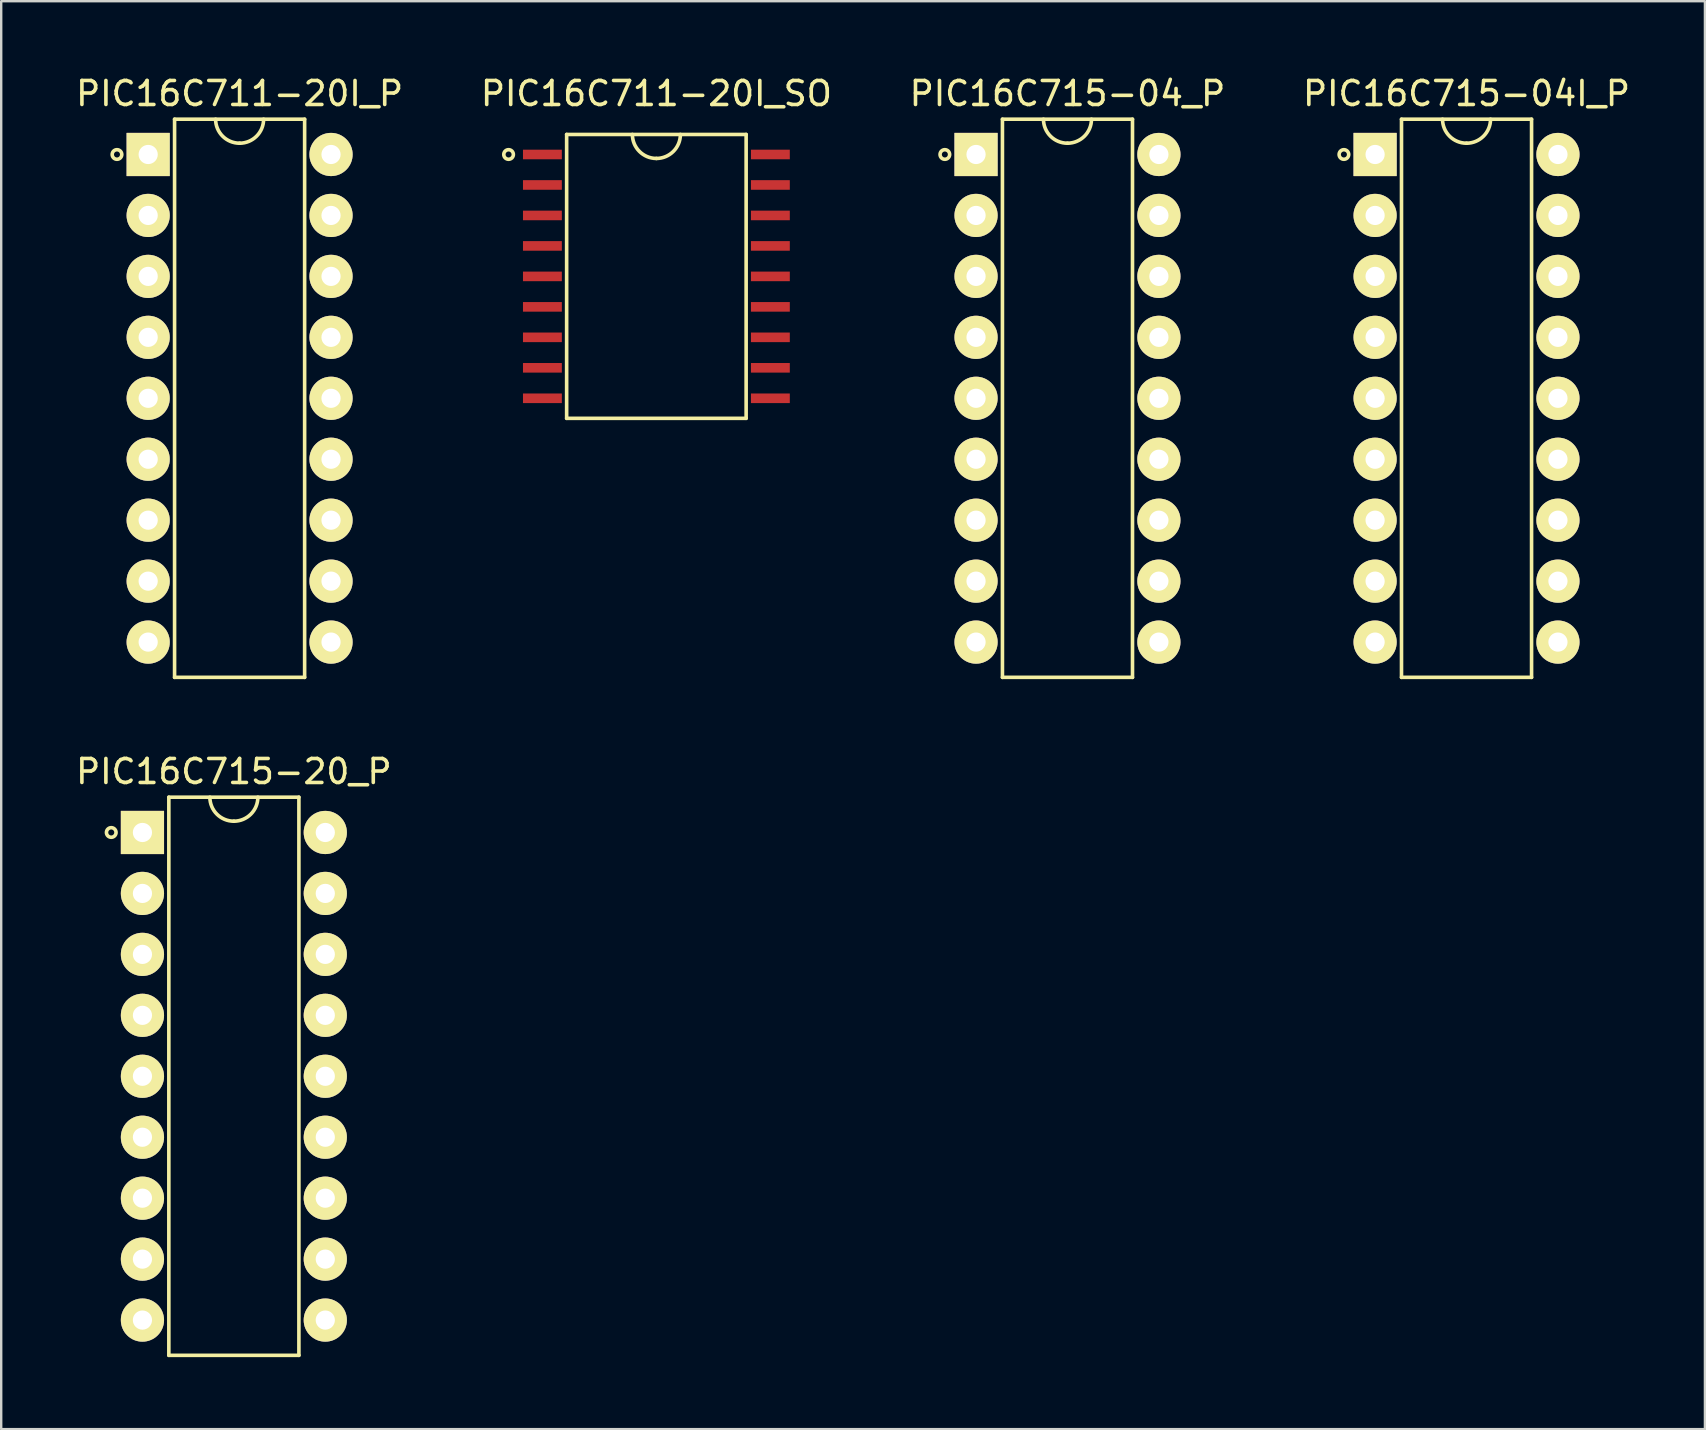
<source format=kicad_pcb>
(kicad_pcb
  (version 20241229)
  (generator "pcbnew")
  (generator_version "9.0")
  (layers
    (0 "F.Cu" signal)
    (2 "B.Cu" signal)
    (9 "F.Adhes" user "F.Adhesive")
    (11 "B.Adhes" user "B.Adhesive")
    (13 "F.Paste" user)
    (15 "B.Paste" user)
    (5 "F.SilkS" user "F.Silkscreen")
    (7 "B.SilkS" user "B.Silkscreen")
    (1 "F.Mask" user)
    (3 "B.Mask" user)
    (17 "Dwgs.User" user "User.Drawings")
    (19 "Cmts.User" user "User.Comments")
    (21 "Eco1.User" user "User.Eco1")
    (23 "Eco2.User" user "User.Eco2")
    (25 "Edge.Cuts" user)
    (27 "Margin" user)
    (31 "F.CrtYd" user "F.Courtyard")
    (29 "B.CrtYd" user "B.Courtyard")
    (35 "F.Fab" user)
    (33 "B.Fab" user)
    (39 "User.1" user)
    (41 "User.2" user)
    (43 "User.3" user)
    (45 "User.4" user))
  (footprint "PIC16C711-20I_P"
    (layer "F.Cu")
    (at 3.125 3.388)
    (property "Reference" "PIC16C711-20I_P" (at 3.81 -2.54 0) (layer "F.SilkS") (effects (font (size 1 1) (thickness 0.15))))
    (attr through_hole)
    (fp_line (start 1.1 -1.47) (end 6.52 -1.47) (stroke (width 0.15) (type solid)) (layer "F.SilkS"))
    (fp_line (start 1.1 21.79) (end 1.1 -1.47) (stroke (width 0.15) (type solid)) (layer "F.SilkS"))
    (fp_line (start 6.52 -1.47) (end 6.52 21.79) (stroke (width 0.15) (type solid)) (layer "F.SilkS"))
    (fp_line (start 6.52 21.79) (end 1.1 21.79) (stroke (width 0.15) (type solid)) (layer "F.SilkS"))
    (fp_arc (start 3.81 -0.47) (mid 3.102893 -0.762893) (end 2.81 -1.47) (stroke (width 0.15) (type solid)) (layer "F.SilkS"))
    (fp_arc (start 4.81 -1.47) (mid 4.517107 -0.762893) (end 3.81 -0.47) (stroke (width 0.15) (type solid)) (layer "F.SilkS"))
    (fp_circle (center -1.3 0) (end -1.3 0.2) (stroke (width 0.15) (type solid)) (fill no) (layer "F.SilkS"))
    (pad "1" thru_hole rect (at 0 0) (size 1.8 1.8) (drill 0.8) (layers "*.Cu" "*.Mask" "F.SilkS"))
    (pad "2" thru_hole circle (at 0 2.54) (size 1.8 1.8) (drill 0.8) (layers "*.Cu" "*.Mask" "F.SilkS"))
    (pad "3" thru_hole circle (at 0 5.08) (size 1.8 1.8) (drill 0.8) (layers "*.Cu" "*.Mask" "F.SilkS"))
    (pad "4" thru_hole circle (at 0 7.62) (size 1.8 1.8) (drill 0.8) (layers "*.Cu" "*.Mask" "F.SilkS"))
    (pad "5" thru_hole circle (at 0 10.16) (size 1.8 1.8) (drill 0.8) (layers "*.Cu" "*.Mask" "F.SilkS"))
    (pad "6" thru_hole circle (at 0 12.7) (size 1.8 1.8) (drill 0.8) (layers "*.Cu" "*.Mask" "F.SilkS"))
    (pad "7" thru_hole circle (at 0 15.24) (size 1.8 1.8) (drill 0.8) (layers "*.Cu" "*.Mask" "F.SilkS"))
    (pad "8" thru_hole circle (at 0 17.78) (size 1.8 1.8) (drill 0.8) (layers "*.Cu" "*.Mask" "F.SilkS"))
    (pad "9" thru_hole circle (at 0 20.32) (size 1.8 1.8) (drill 0.8) (layers "*.Cu" "*.Mask" "F.SilkS"))
    (pad "10" thru_hole circle (at 7.62 20.32) (size 1.8 1.8) (drill 0.8) (layers "*.Cu" "*.Mask" "F.SilkS"))
    (pad "11" thru_hole circle (at 7.62 17.78) (size 1.8 1.8) (drill 0.8) (layers "*.Cu" "*.Mask" "F.SilkS"))
    (pad "12" thru_hole circle (at 7.62 15.24) (size 1.8 1.8) (drill 0.8) (layers "*.Cu" "*.Mask" "F.SilkS"))
    (pad "13" thru_hole circle (at 7.62 12.7) (size 1.8 1.8) (drill 0.8) (layers "*.Cu" "*.Mask" "F.SilkS"))
    (pad "14" thru_hole circle (at 7.62 10.16) (size 1.8 1.8) (drill 0.8) (layers "*.Cu" "*.Mask" "F.SilkS"))
    (pad "15" thru_hole circle (at 7.62 7.62) (size 1.8 1.8) (drill 0.8) (layers "*.Cu" "*.Mask" "F.SilkS"))
    (pad "16" thru_hole circle (at 7.62 5.08) (size 1.8 1.8) (drill 0.8) (layers "*.Cu" "*.Mask" "F.SilkS"))
    (pad "17" thru_hole circle (at 7.62 2.54) (size 1.8 1.8) (drill 0.8) (layers "*.Cu" "*.Mask" "F.SilkS"))
    (pad "18" thru_hole circle (at 7.62 0) (size 1.8 1.8) (drill 0.8) (layers "*.Cu" "*.Mask" "F.SilkS")))
  (footprint "PIC16C711-20I_SO"
    (layer "F.Cu")
    (at 19.554 3.388)
    (property "Reference" "PIC16C711-20I_SO" (at 4.75 -2.54 0) (layer "F.SilkS") (effects (font (size 1 1) (thickness 0.15))))
    (attr through_hole)
    (fp_line (start 1.01 -0.835) (end 8.49 -0.835) (stroke (width 0.15) (type solid)) (layer "F.SilkS"))
    (fp_line (start 1.01 10.995) (end 1.01 -0.835) (stroke (width 0.15) (type solid)) (layer "F.SilkS"))
    (fp_line (start 8.49 -0.835) (end 8.49 10.995) (stroke (width 0.15) (type solid)) (layer "F.SilkS"))
    (fp_line (start 8.49 10.995) (end 1.01 10.995) (stroke (width 0.15) (type solid)) (layer "F.SilkS"))
    (fp_arc (start 4.75 0.165) (mid 4.042893 -0.127893) (end 3.75 -0.835) (stroke (width 0.15) (type solid)) (layer "F.SilkS"))
    (fp_arc (start 5.75 -0.835) (mid 5.457107 -0.127893) (end 4.75 0.165) (stroke (width 0.15) (type solid)) (layer "F.SilkS"))
    (fp_circle (center -1.41 0) (end -1.41 0.2) (stroke (width 0.15) (type solid)) (fill no) (layer "F.SilkS"))
    (pad "1" smd rect (at 0 0) (size 1.62 0.4) (layers "F.Cu" "F.Mask" "F.Paste"))
    (pad "2" smd rect (at 0 1.27) (size 1.62 0.4) (layers "F.Cu" "F.Mask" "F.Paste"))
    (pad "3" smd rect (at 0 2.54) (size 1.62 0.4) (layers "F.Cu" "F.Mask" "F.Paste"))
    (pad "4" smd rect (at 0 3.81) (size 1.62 0.4) (layers "F.Cu" "F.Mask" "F.Paste"))
    (pad "5" smd rect (at 0 5.08) (size 1.62 0.4) (layers "F.Cu" "F.Mask" "F.Paste"))
    (pad "6" smd rect (at 0 6.35) (size 1.62 0.4) (layers "F.Cu" "F.Mask" "F.Paste"))
    (pad "7" smd rect (at 0 7.62) (size 1.62 0.4) (layers "F.Cu" "F.Mask" "F.Paste"))
    (pad "8" smd rect (at 0 8.89) (size 1.62 0.4) (layers "F.Cu" "F.Mask" "F.Paste"))
    (pad "9" smd rect (at 0 10.16) (size 1.62 0.4) (layers "F.Cu" "F.Mask" "F.Paste"))
    (pad "10" smd rect (at 9.5 10.16) (size 1.62 0.4) (layers "F.Cu" "F.Mask" "F.Paste"))
    (pad "11" smd rect (at 9.5 8.89) (size 1.62 0.4) (layers "F.Cu" "F.Mask" "F.Paste"))
    (pad "12" smd rect (at 9.5 7.62) (size 1.62 0.4) (layers "F.Cu" "F.Mask" "F.Paste"))
    (pad "13" smd rect (at 9.5 6.35) (size 1.62 0.4) (layers "F.Cu" "F.Mask" "F.Paste"))
    (pad "14" smd rect (at 9.5 5.08) (size 1.62 0.4) (layers "F.Cu" "F.Mask" "F.Paste"))
    (pad "15" smd rect (at 9.5 3.81) (size 1.62 0.4) (layers "F.Cu" "F.Mask" "F.Paste"))
    (pad "16" smd rect (at 9.5 2.54) (size 1.62 0.4) (layers "F.Cu" "F.Mask" "F.Paste"))
    (pad "17" smd rect (at 9.5 1.27) (size 1.62 0.4) (layers "F.Cu" "F.Mask" "F.Paste"))
    (pad "18" smd rect (at 9.5 0) (size 1.62 0.4) (layers "F.Cu" "F.Mask" "F.Paste")))
  (footprint "PIC16C715-04I_P"
    (layer "F.Cu")
    (at 54.255 3.388)
    (property "Reference" "PIC16C715-04I_P" (at 3.81 -2.54 0) (layer "F.SilkS") (effects (font (size 1 1) (thickness 0.15))))
    (attr through_hole)
    (fp_line (start 1.1 -1.47) (end 6.52 -1.47) (stroke (width 0.15) (type solid)) (layer "F.SilkS"))
    (fp_line (start 1.1 21.79) (end 1.1 -1.47) (stroke (width 0.15) (type solid)) (layer "F.SilkS"))
    (fp_line (start 6.52 -1.47) (end 6.52 21.79) (stroke (width 0.15) (type solid)) (layer "F.SilkS"))
    (fp_line (start 6.52 21.79) (end 1.1 21.79) (stroke (width 0.15) (type solid)) (layer "F.SilkS"))
    (fp_arc (start 3.81 -0.47) (mid 3.102893 -0.762893) (end 2.81 -1.47) (stroke (width 0.15) (type solid)) (layer "F.SilkS"))
    (fp_arc (start 4.81 -1.47) (mid 4.517107 -0.762893) (end 3.81 -0.47) (stroke (width 0.15) (type solid)) (layer "F.SilkS"))
    (fp_circle (center -1.3 0) (end -1.3 0.2) (stroke (width 0.15) (type solid)) (fill no) (layer "F.SilkS"))
    (pad "1" thru_hole rect (at 0 0) (size 1.8 1.8) (drill 0.8) (layers "*.Cu" "*.Mask" "F.SilkS"))
    (pad "2" thru_hole circle (at 0 2.54) (size 1.8 1.8) (drill 0.8) (layers "*.Cu" "*.Mask" "F.SilkS"))
    (pad "3" thru_hole circle (at 0 5.08) (size 1.8 1.8) (drill 0.8) (layers "*.Cu" "*.Mask" "F.SilkS"))
    (pad "4" thru_hole circle (at 0 7.62) (size 1.8 1.8) (drill 0.8) (layers "*.Cu" "*.Mask" "F.SilkS"))
    (pad "5" thru_hole circle (at 0 10.16) (size 1.8 1.8) (drill 0.8) (layers "*.Cu" "*.Mask" "F.SilkS"))
    (pad "6" thru_hole circle (at 0 12.7) (size 1.8 1.8) (drill 0.8) (layers "*.Cu" "*.Mask" "F.SilkS"))
    (pad "7" thru_hole circle (at 0 15.24) (size 1.8 1.8) (drill 0.8) (layers "*.Cu" "*.Mask" "F.SilkS"))
    (pad "8" thru_hole circle (at 0 17.78) (size 1.8 1.8) (drill 0.8) (layers "*.Cu" "*.Mask" "F.SilkS"))
    (pad "9" thru_hole circle (at 0 20.32) (size 1.8 1.8) (drill 0.8) (layers "*.Cu" "*.Mask" "F.SilkS"))
    (pad "10" thru_hole circle (at 7.62 20.32) (size 1.8 1.8) (drill 0.8) (layers "*.Cu" "*.Mask" "F.SilkS"))
    (pad "11" thru_hole circle (at 7.62 17.78) (size 1.8 1.8) (drill 0.8) (layers "*.Cu" "*.Mask" "F.SilkS"))
    (pad "12" thru_hole circle (at 7.62 15.24) (size 1.8 1.8) (drill 0.8) (layers "*.Cu" "*.Mask" "F.SilkS"))
    (pad "13" thru_hole circle (at 7.62 12.7) (size 1.8 1.8) (drill 0.8) (layers "*.Cu" "*.Mask" "F.SilkS"))
    (pad "14" thru_hole circle (at 7.62 10.16) (size 1.8 1.8) (drill 0.8) (layers "*.Cu" "*.Mask" "F.SilkS"))
    (pad "15" thru_hole circle (at 7.62 7.62) (size 1.8 1.8) (drill 0.8) (layers "*.Cu" "*.Mask" "F.SilkS"))
    (pad "16" thru_hole circle (at 7.62 5.08) (size 1.8 1.8) (drill 0.8) (layers "*.Cu" "*.Mask" "F.SilkS"))
    (pad "17" thru_hole circle (at 7.62 2.54) (size 1.8 1.8) (drill 0.8) (layers "*.Cu" "*.Mask" "F.SilkS"))
    (pad "18" thru_hole circle (at 7.62 0) (size 1.8 1.8) (drill 0.8) (layers "*.Cu" "*.Mask" "F.SilkS")))
  (footprint "PIC16C715-20_P"
    (layer "F.Cu")
    (at 2.886 31.642)
    (property "Reference" "PIC16C715-20_P" (at 3.81 -2.54 0) (layer "F.SilkS") (effects (font (size 1 1) (thickness 0.15))))
    (attr through_hole)
    (fp_line (start 1.1 -1.47) (end 6.52 -1.47) (stroke (width 0.15) (type solid)) (layer "F.SilkS"))
    (fp_line (start 1.1 21.79) (end 1.1 -1.47) (stroke (width 0.15) (type solid)) (layer "F.SilkS"))
    (fp_line (start 6.52 -1.47) (end 6.52 21.79) (stroke (width 0.15) (type solid)) (layer "F.SilkS"))
    (fp_line (start 6.52 21.79) (end 1.1 21.79) (stroke (width 0.15) (type solid)) (layer "F.SilkS"))
    (fp_arc (start 3.81 -0.47) (mid 3.102893 -0.762893) (end 2.81 -1.47) (stroke (width 0.15) (type solid)) (layer "F.SilkS"))
    (fp_arc (start 4.81 -1.47) (mid 4.517107 -0.762893) (end 3.81 -0.47) (stroke (width 0.15) (type solid)) (layer "F.SilkS"))
    (fp_circle (center -1.3 0) (end -1.3 0.2) (stroke (width 0.15) (type solid)) (fill no) (layer "F.SilkS"))
    (pad "1" thru_hole rect (at 0 0) (size 1.8 1.8) (drill 0.8) (layers "*.Cu" "*.Mask" "F.SilkS"))
    (pad "2" thru_hole circle (at 0 2.54) (size 1.8 1.8) (drill 0.8) (layers "*.Cu" "*.Mask" "F.SilkS"))
    (pad "3" thru_hole circle (at 0 5.08) (size 1.8 1.8) (drill 0.8) (layers "*.Cu" "*.Mask" "F.SilkS"))
    (pad "4" thru_hole circle (at 0 7.62) (size 1.8 1.8) (drill 0.8) (layers "*.Cu" "*.Mask" "F.SilkS"))
    (pad "5" thru_hole circle (at 0 10.16) (size 1.8 1.8) (drill 0.8) (layers "*.Cu" "*.Mask" "F.SilkS"))
    (pad "6" thru_hole circle (at 0 12.7) (size 1.8 1.8) (drill 0.8) (layers "*.Cu" "*.Mask" "F.SilkS"))
    (pad "7" thru_hole circle (at 0 15.24) (size 1.8 1.8) (drill 0.8) (layers "*.Cu" "*.Mask" "F.SilkS"))
    (pad "8" thru_hole circle (at 0 17.78) (size 1.8 1.8) (drill 0.8) (layers "*.Cu" "*.Mask" "F.SilkS"))
    (pad "9" thru_hole circle (at 0 20.32) (size 1.8 1.8) (drill 0.8) (layers "*.Cu" "*.Mask" "F.SilkS"))
    (pad "10" thru_hole circle (at 7.62 20.32) (size 1.8 1.8) (drill 0.8) (layers "*.Cu" "*.Mask" "F.SilkS"))
    (pad "11" thru_hole circle (at 7.62 17.78) (size 1.8 1.8) (drill 0.8) (layers "*.Cu" "*.Mask" "F.SilkS"))
    (pad "12" thru_hole circle (at 7.62 15.24) (size 1.8 1.8) (drill 0.8) (layers "*.Cu" "*.Mask" "F.SilkS"))
    (pad "13" thru_hole circle (at 7.62 12.7) (size 1.8 1.8) (drill 0.8) (layers "*.Cu" "*.Mask" "F.SilkS"))
    (pad "14" thru_hole circle (at 7.62 10.16) (size 1.8 1.8) (drill 0.8) (layers "*.Cu" "*.Mask" "F.SilkS"))
    (pad "15" thru_hole circle (at 7.62 7.62) (size 1.8 1.8) (drill 0.8) (layers "*.Cu" "*.Mask" "F.SilkS"))
    (pad "16" thru_hole circle (at 7.62 5.08) (size 1.8 1.8) (drill 0.8) (layers "*.Cu" "*.Mask" "F.SilkS"))
    (pad "17" thru_hole circle (at 7.62 2.54) (size 1.8 1.8) (drill 0.8) (layers "*.Cu" "*.Mask" "F.SilkS"))
    (pad "18" thru_hole circle (at 7.62 0) (size 1.8 1.8) (drill 0.8) (layers "*.Cu" "*.Mask" "F.SilkS")))
  (footprint "PIC16C715-04_P"
    (layer "F.Cu")
    (at 37.625 3.388)
    (property "Reference" "PIC16C715-04_P" (at 3.81 -2.54 0) (layer "F.SilkS") (effects (font (size 1 1) (thickness 0.15))))
    (attr through_hole)
    (fp_line (start 1.1 -1.47) (end 6.52 -1.47) (stroke (width 0.15) (type solid)) (layer "F.SilkS"))
    (fp_line (start 1.1 21.79) (end 1.1 -1.47) (stroke (width 0.15) (type solid)) (layer "F.SilkS"))
    (fp_line (start 6.52 -1.47) (end 6.52 21.79) (stroke (width 0.15) (type solid)) (layer "F.SilkS"))
    (fp_line (start 6.52 21.79) (end 1.1 21.79) (stroke (width 0.15) (type solid)) (layer "F.SilkS"))
    (fp_arc (start 3.81 -0.47) (mid 3.102893 -0.762893) (end 2.81 -1.47) (stroke (width 0.15) (type solid)) (layer "F.SilkS"))
    (fp_arc (start 4.81 -1.47) (mid 4.517107 -0.762893) (end 3.81 -0.47) (stroke (width 0.15) (type solid)) (layer "F.SilkS"))
    (fp_circle (center -1.3 0) (end -1.3 0.2) (stroke (width 0.15) (type solid)) (fill no) (layer "F.SilkS"))
    (pad "1" thru_hole rect (at 0 0) (size 1.8 1.8) (drill 0.8) (layers "*.Cu" "*.Mask" "F.SilkS"))
    (pad "2" thru_hole circle (at 0 2.54) (size 1.8 1.8) (drill 0.8) (layers "*.Cu" "*.Mask" "F.SilkS"))
    (pad "3" thru_hole circle (at 0 5.08) (size 1.8 1.8) (drill 0.8) (layers "*.Cu" "*.Mask" "F.SilkS"))
    (pad "4" thru_hole circle (at 0 7.62) (size 1.8 1.8) (drill 0.8) (layers "*.Cu" "*.Mask" "F.SilkS"))
    (pad "5" thru_hole circle (at 0 10.16) (size 1.8 1.8) (drill 0.8) (layers "*.Cu" "*.Mask" "F.SilkS"))
    (pad "6" thru_hole circle (at 0 12.7) (size 1.8 1.8) (drill 0.8) (layers "*.Cu" "*.Mask" "F.SilkS"))
    (pad "7" thru_hole circle (at 0 15.24) (size 1.8 1.8) (drill 0.8) (layers "*.Cu" "*.Mask" "F.SilkS"))
    (pad "8" thru_hole circle (at 0 17.78) (size 1.8 1.8) (drill 0.8) (layers "*.Cu" "*.Mask" "F.SilkS"))
    (pad "9" thru_hole circle (at 0 20.32) (size 1.8 1.8) (drill 0.8) (layers "*.Cu" "*.Mask" "F.SilkS"))
    (pad "10" thru_hole circle (at 7.62 20.32) (size 1.8 1.8) (drill 0.8) (layers "*.Cu" "*.Mask" "F.SilkS"))
    (pad "11" thru_hole circle (at 7.62 17.78) (size 1.8 1.8) (drill 0.8) (layers "*.Cu" "*.Mask" "F.SilkS"))
    (pad "12" thru_hole circle (at 7.62 15.24) (size 1.8 1.8) (drill 0.8) (layers "*.Cu" "*.Mask" "F.SilkS"))
    (pad "13" thru_hole circle (at 7.62 12.7) (size 1.8 1.8) (drill 0.8) (layers "*.Cu" "*.Mask" "F.SilkS"))
    (pad "14" thru_hole circle (at 7.62 10.16) (size 1.8 1.8) (drill 0.8) (layers "*.Cu" "*.Mask" "F.SilkS"))
    (pad "15" thru_hole circle (at 7.62 7.62) (size 1.8 1.8) (drill 0.8) (layers "*.Cu" "*.Mask" "F.SilkS"))
    (pad "16" thru_hole circle (at 7.62 5.08) (size 1.8 1.8) (drill 0.8) (layers "*.Cu" "*.Mask" "F.SilkS"))
    (pad "17" thru_hole circle (at 7.62 2.54) (size 1.8 1.8) (drill 0.8) (layers "*.Cu" "*.Mask" "F.SilkS"))
    (pad "18" thru_hole circle (at 7.62 0) (size 1.8 1.8) (drill 0.8) (layers "*.Cu" "*.Mask" "F.SilkS")))
  (gr_rect
    (start -3 -3)
    (end 68 56.507)
    (stroke (width 0.1) (type default))
    (fill no)
    (layer "Edge.Cuts")))
</source>
